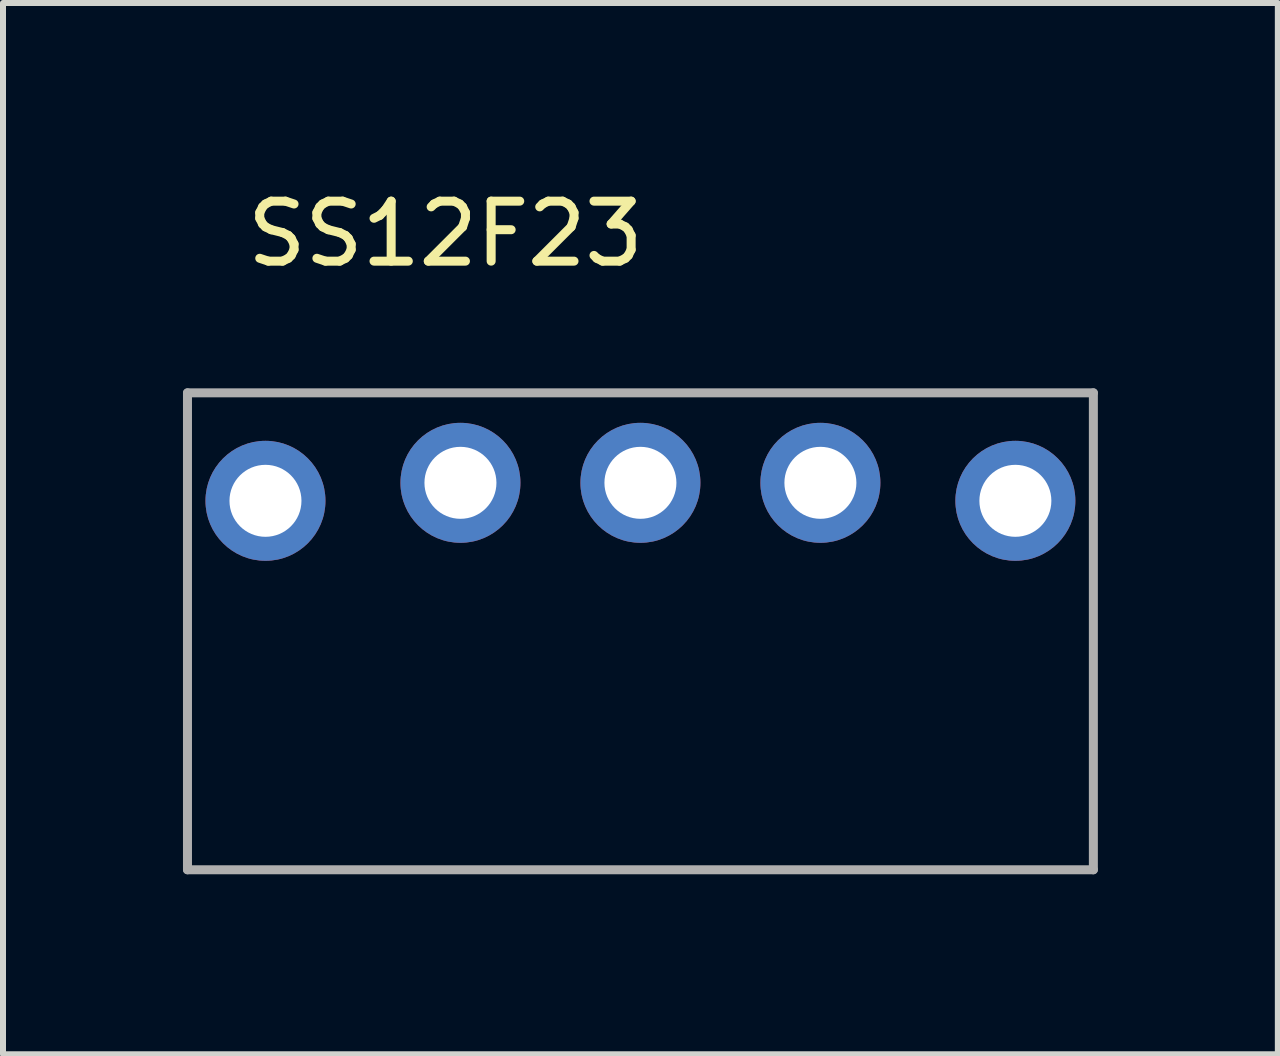
<source format=kicad_pcb>
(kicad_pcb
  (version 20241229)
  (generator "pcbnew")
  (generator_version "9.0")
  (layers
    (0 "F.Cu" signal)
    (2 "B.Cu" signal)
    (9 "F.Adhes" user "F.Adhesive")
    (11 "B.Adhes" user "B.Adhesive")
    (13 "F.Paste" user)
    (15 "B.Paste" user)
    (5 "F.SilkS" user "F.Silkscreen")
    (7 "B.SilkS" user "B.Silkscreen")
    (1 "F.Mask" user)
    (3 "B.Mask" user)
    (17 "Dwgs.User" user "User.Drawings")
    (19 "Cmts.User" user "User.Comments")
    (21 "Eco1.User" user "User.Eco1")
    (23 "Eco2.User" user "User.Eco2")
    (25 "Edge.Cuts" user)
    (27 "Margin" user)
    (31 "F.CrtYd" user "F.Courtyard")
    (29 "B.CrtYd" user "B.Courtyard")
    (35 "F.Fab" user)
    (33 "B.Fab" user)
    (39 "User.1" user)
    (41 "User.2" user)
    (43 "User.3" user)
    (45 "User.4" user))
  (footprint "SS12F23"
    (layer "F.Cu")
    (at 4.625 4.998)
    (property "Reference" "SS12F23" (at -0.25 -4.15 0) (layer "F.SilkS") (effects (font (size 1 1) (thickness 0.15))))
    (attr through_hole)
    (fp_line (start -4.55 -1.5) (end -4.55 6.45) (stroke (width 0.15) (type solid)) (layer "F.Fab"))
    (fp_line (start -4.55 -1.5) (end 10.55 -1.5) (stroke (width 0.15) (type solid)) (layer "F.Fab"))
    (fp_line (start 10.55 -1.5) (end 10.55 6.45) (stroke (width 0.15) (type solid)) (layer "F.Fab"))
    (fp_line (start 10.55 6.45) (end -4.55 6.45) (stroke (width 0.15) (type solid)) (layer "F.Fab"))
    (pad "1" thru_hole circle (at 0 0) (size 2 2) (drill 1.2) (layers "*.Cu" "*.Mask"))
    (pad "2" thru_hole circle (at 3 0) (size 2 2) (drill 1.2) (layers "*.Cu" "*.Mask"))
    (pad "3" thru_hole circle (at 6 0) (size 2 2) (drill 1.2) (layers "*.Cu" "*.Mask"))
    (pad "~" thru_hole circle (at -3.25 0.3) (size 2 2) (drill 1.2) (layers "*.Cu" "*.Mask"))
    (pad "~" thru_hole circle (at 9.25 0.3) (size 2 2) (drill 1.2) (layers "*.Cu" "*.Mask")))
  (gr_rect
    (start -3 -3)
    (end 18.25 14.523)
    (stroke (width 0.1) (type default))
    (fill no)
    (layer "Edge.Cuts")))
</source>
